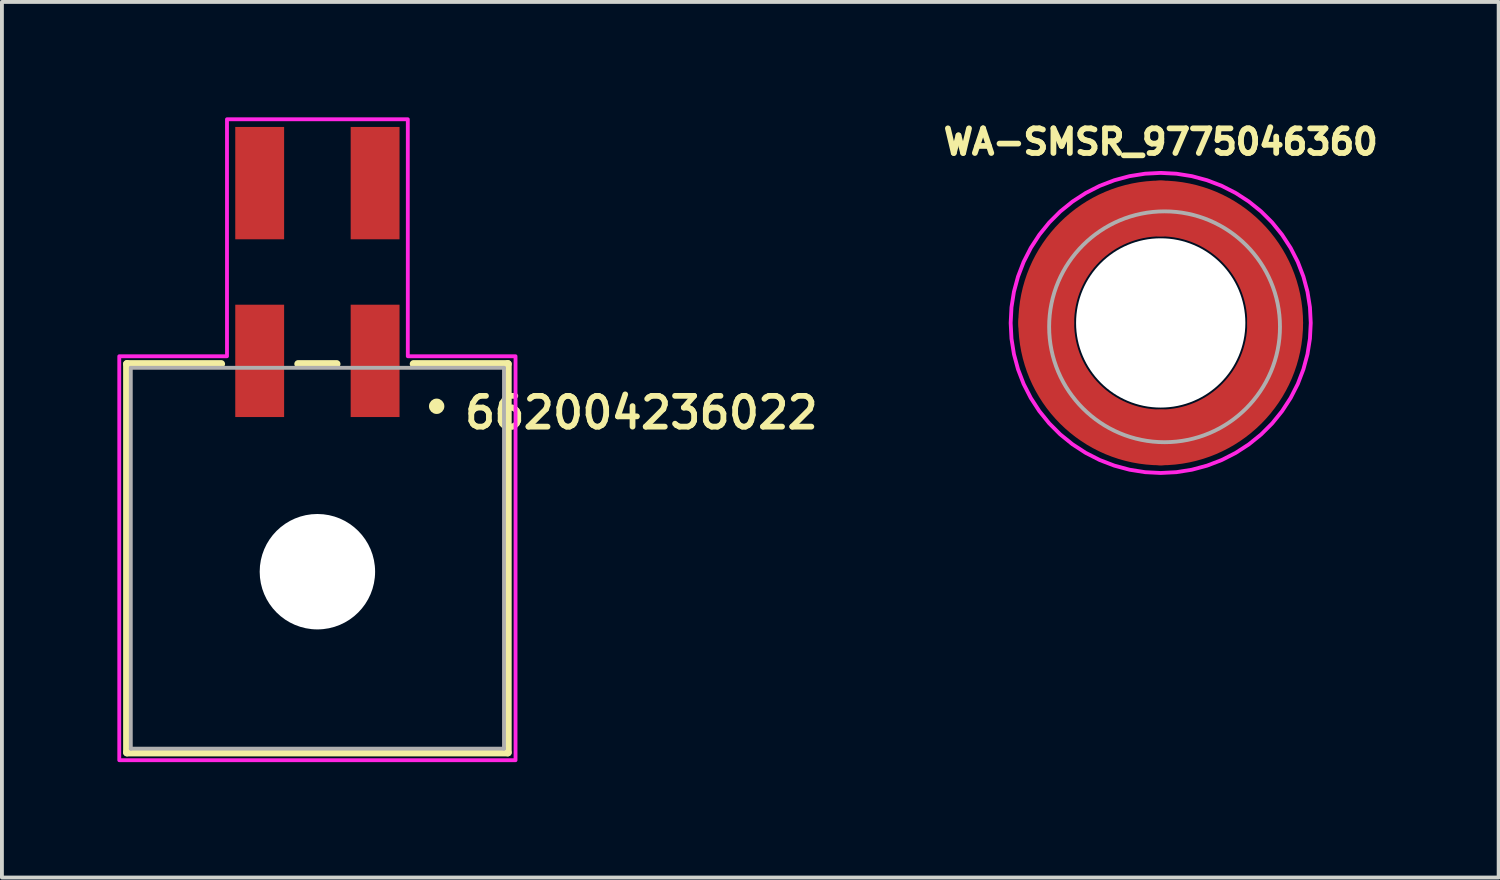
<source format=kicad_pcb>
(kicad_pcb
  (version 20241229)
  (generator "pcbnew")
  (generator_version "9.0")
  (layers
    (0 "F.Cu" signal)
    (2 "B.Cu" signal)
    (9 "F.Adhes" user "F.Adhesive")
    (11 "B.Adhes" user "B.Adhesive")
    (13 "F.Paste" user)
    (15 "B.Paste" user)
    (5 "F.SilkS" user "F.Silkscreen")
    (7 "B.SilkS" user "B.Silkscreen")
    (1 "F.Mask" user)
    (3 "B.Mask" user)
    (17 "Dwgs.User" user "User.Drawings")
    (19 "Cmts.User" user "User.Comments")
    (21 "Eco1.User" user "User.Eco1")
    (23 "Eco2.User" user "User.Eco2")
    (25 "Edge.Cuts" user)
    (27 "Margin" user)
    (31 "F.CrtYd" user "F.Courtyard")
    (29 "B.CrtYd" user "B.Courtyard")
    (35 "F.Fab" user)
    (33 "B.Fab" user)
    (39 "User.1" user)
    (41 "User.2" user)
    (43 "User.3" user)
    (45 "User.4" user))
  (footprint "662004236022"
    (layer "F.Cu")
    (at 5.2 11.46)
    (property "Reference" "662004236022" (at 8.42 -3.783 0) (layer "F.SilkS") (effects (font (size 0.8 0.8) (thickness 0.15))))
    (attr smd)
    (fp_line (start -4.95 -5.05) (end -2.5 -5.05) (stroke (width 0.2) (type solid)) (layer "F.SilkS"))
    (fp_line (start -4.95 5.05) (end -4.95 -5.05) (stroke (width 0.2) (type solid)) (layer "F.SilkS"))
    (fp_line (start -0.5 -5.05) (end 0.5 -5.05) (stroke (width 0.2) (type solid)) (layer "F.SilkS"))
    (fp_line (start 4.95 -5.05) (end 2.5 -5.05) (stroke (width 0.2) (type solid)) (layer "F.SilkS"))
    (fp_line (start 4.95 -5.05) (end 4.95 5.05) (stroke (width 0.2) (type solid)) (layer "F.SilkS"))
    (fp_line (start 4.95 5.05) (end -4.95 5.05) (stroke (width 0.2) (type solid)) (layer "F.SilkS"))
    (fp_circle (center 3.1 -3.95) (end 3.2 -3.95) (stroke (width 0.2) (type solid)) (fill no) (layer "F.SilkS"))
    (fp_poly (pts (xy 2.35 -11.41) (xy 2.35 -5.25) (xy 5.15 -5.25) (xy 5.15 5.25) (xy -5.15 5.25) (xy -5.15 -5.25) (xy -2.35 -5.25) (xy -2.35 -11.41)) (stroke (width 0.1) (type solid)) (fill no) (layer "F.CrtYd"))
    (fp_line (start -4.85 -4.95) (end 4.85 -4.95) (stroke (width 0.1) (type solid)) (layer "F.Fab"))
    (fp_line (start -4.85 4.95) (end -4.85 -4.95) (stroke (width 0.1) (type solid)) (layer "F.Fab"))
    (fp_line (start 4.85 -4.95) (end 4.85 4.95) (stroke (width 0.1) (type solid)) (layer "F.Fab"))
    (fp_line (start 4.85 4.95) (end -4.85 4.95) (stroke (width 0.1) (type solid)) (layer "F.Fab"))
    (pad "" np_thru_hole circle (at 0 0.35) (size 3 3) (drill 3) (layers "*.Cu" "*.Mask"))
    (pad "1" smd rect (at 1.5 -5.13) (size 1.27 2.92) (layers "F.Cu" "F.Mask" "F.Paste"))
    (pad "2" smd rect (at -1.5 -5.13) (size 1.27 2.92) (layers "F.Cu" "F.Mask" "F.Paste"))
    (pad "3" smd rect (at 1.5 -9.75) (size 1.27 2.92) (layers "F.Cu" "F.Mask" "F.Paste"))
    (pad "4" smd rect (at -1.5 -9.75) (size 1.27 2.92) (layers "F.Cu" "F.Mask" "F.Paste")))
  (footprint "WA-SMSR_9775046360"
    (layer "F.Cu")
    (at 27.12 5.344)
    (property "Reference" "WA-SMSR_9775046360" (at 0 -4.706 0) (layer "F.SilkS") (effects (font (size 0.64 0.64) (thickness 0.15))))
    (attr smd)
    (fp_arc (start -2.975 0) (mid -2.103643 -2.103643) (end 0 -2.975) (stroke (width 1.45) (type solid)) (layer "F.Cu"))
    (fp_arc (start 0 -2.975) (mid 2.103643 -2.103643) (end 2.975 0) (stroke (width 1.45) (type solid)) (layer "F.Cu"))
    (fp_arc (start 0 2.975) (mid -2.103643 2.103643) (end -2.975 0) (stroke (width 1.45) (type solid)) (layer "F.Cu"))
    (fp_arc (start 2.975 0) (mid 2.103643 2.103643) (end 0 2.975) (stroke (width 1.45) (type solid)) (layer "F.Cu"))
    (fp_circle (center 0 0) (end 3.025 0) (stroke (width 1.55) (type solid)) (fill no) (layer "F.Mask"))
    (fp_poly (pts (xy -3.615 -0.4) (xy -2.205 -0.4) (xy -2.189 -0.479) (xy -2.168 -0.567) (xy -2.143 -0.655) (xy -2.115 -0.742) (xy -2.083 -0.827) (xy -2.047 -0.911) (xy -2.008 -0.994) (xy -1.966 -1.075) (xy -1.921 -1.154) (xy -1.872 -1.231) (xy -1.821 -1.307) (xy -1.766 -1.38) (xy -1.708 -1.45) (xy -1.648 -1.519) (xy -1.585 -1.585) (xy -1.519 -1.648) (xy -1.45 -1.708) (xy -1.38 -1.766) (xy -1.307 -1.821) (xy -1.231 -1.872) (xy -1.154 -1.921) (xy -1.075 -1.966) (xy -0.994 -2.008) (xy -0.911 -2.047) (xy -0.827 -2.083) (xy -0.742 -2.115) (xy -0.655 -2.143) (xy -0.567 -2.168) (xy -0.479 -2.189) (xy -0.4 -2.205) (xy -0.4 -3.615) (xy -0.544 -3.596) (xy -0.707 -3.568) (xy -0.868 -3.532) (xy -1.027 -3.489) (xy -1.184 -3.439) (xy -1.339 -3.382) (xy -1.491 -3.317) (xy -1.64 -3.246) (xy -1.786 -3.169) (xy -1.927 -3.084) (xy -2.065 -2.994) (xy -2.199 -2.897) (xy -2.328 -2.794) (xy -2.453 -2.686) (xy -2.572 -2.572) (xy -2.686 -2.453) (xy -2.794 -2.328) (xy -2.897 -2.199) (xy -2.994 -2.065) (xy -3.084 -1.927) (xy -3.169 -1.786) (xy -3.246 -1.64) (xy -3.317 -1.491) (xy -3.382 -1.339) (xy -3.439 -1.184) (xy -3.489 -1.027) (xy -3.532 -0.868) (xy -3.568 -0.707) (xy -3.596 -0.544) (xy -3.615 -0.4)) (stroke (width 0.01) (type solid)) (fill yes) (layer "F.Paste"))
    (fp_poly (pts (xy -0.4 3.615) (xy -0.4 2.205) (xy -0.479 2.189) (xy -0.567 2.168) (xy -0.655 2.143) (xy -0.742 2.115) (xy -0.827 2.083) (xy -0.911 2.047) (xy -0.994 2.008) (xy -1.075 1.966) (xy -1.154 1.921) (xy -1.231 1.872) (xy -1.307 1.821) (xy -1.38 1.766) (xy -1.45 1.708) (xy -1.519 1.648) (xy -1.585 1.585) (xy -1.648 1.519) (xy -1.708 1.45) (xy -1.766 1.38) (xy -1.821 1.307) (xy -1.872 1.231) (xy -1.921 1.154) (xy -1.966 1.075) (xy -2.008 0.994) (xy -2.047 0.911) (xy -2.083 0.827) (xy -2.115 0.742) (xy -2.143 0.655) (xy -2.168 0.567) (xy -2.189 0.479) (xy -2.205 0.4) (xy -3.615 0.4) (xy -3.596 0.544) (xy -3.568 0.707) (xy -3.532 0.868) (xy -3.489 1.027) (xy -3.439 1.184) (xy -3.382 1.339) (xy -3.317 1.491) (xy -3.246 1.64) (xy -3.169 1.786) (xy -3.084 1.927) (xy -2.994 2.065) (xy -2.897 2.199) (xy -2.794 2.328) (xy -2.686 2.453) (xy -2.572 2.572) (xy -2.453 2.686) (xy -2.328 2.794) (xy -2.199 2.897) (xy -2.065 2.994) (xy -1.927 3.084) (xy -1.786 3.169) (xy -1.64 3.246) (xy -1.491 3.317) (xy -1.339 3.382) (xy -1.184 3.439) (xy -1.027 3.489) (xy -0.868 3.532) (xy -0.707 3.568) (xy -0.544 3.596) (xy -0.4 3.615)) (stroke (width 0.01) (type solid)) (fill yes) (layer "F.Paste"))
    (fp_poly (pts (xy 0.4 -3.615) (xy 0.4 -2.205) (xy 0.479 -2.189) (xy 0.567 -2.168) (xy 0.655 -2.143) (xy 0.742 -2.115) (xy 0.827 -2.083) (xy 0.911 -2.047) (xy 0.994 -2.008) (xy 1.075 -1.966) (xy 1.154 -1.921) (xy 1.231 -1.872) (xy 1.307 -1.821) (xy 1.38 -1.766) (xy 1.45 -1.708) (xy 1.519 -1.648) (xy 1.585 -1.585) (xy 1.648 -1.519) (xy 1.708 -1.45) (xy 1.766 -1.38) (xy 1.821 -1.307) (xy 1.872 -1.231) (xy 1.921 -1.154) (xy 1.966 -1.075) (xy 2.008 -0.994) (xy 2.047 -0.911) (xy 2.083 -0.827) (xy 2.115 -0.742) (xy 2.143 -0.655) (xy 2.168 -0.567) (xy 2.189 -0.479) (xy 2.205 -0.4) (xy 3.615 -0.4) (xy 3.596 -0.544) (xy 3.568 -0.707) (xy 3.532 -0.868) (xy 3.489 -1.027) (xy 3.439 -1.184) (xy 3.382 -1.339) (xy 3.317 -1.491) (xy 3.246 -1.64) (xy 3.169 -1.786) (xy 3.084 -1.927) (xy 2.994 -2.065) (xy 2.897 -2.199) (xy 2.794 -2.328) (xy 2.686 -2.453) (xy 2.572 -2.572) (xy 2.453 -2.686) (xy 2.328 -2.794) (xy 2.199 -2.897) (xy 2.065 -2.994) (xy 1.927 -3.084) (xy 1.786 -3.169) (xy 1.64 -3.246) (xy 1.491 -3.317) (xy 1.339 -3.382) (xy 1.184 -3.439) (xy 1.027 -3.489) (xy 0.868 -3.532) (xy 0.707 -3.568) (xy 0.544 -3.596) (xy 0.4 -3.615)) (stroke (width 0.01) (type solid)) (fill yes) (layer "F.Paste"))
    (fp_poly (pts (xy 3.615 0.4) (xy 2.205 0.4) (xy 2.189 0.479) (xy 2.168 0.567) (xy 2.143 0.655) (xy 2.115 0.742) (xy 2.083 0.827) (xy 2.047 0.911) (xy 2.008 0.994) (xy 1.966 1.075) (xy 1.921 1.154) (xy 1.872 1.231) (xy 1.821 1.307) (xy 1.766 1.38) (xy 1.708 1.45) (xy 1.648 1.519) (xy 1.585 1.585) (xy 1.519 1.648) (xy 1.45 1.708) (xy 1.38 1.766) (xy 1.307 1.821) (xy 1.231 1.872) (xy 1.154 1.921) (xy 1.075 1.966) (xy 0.994 2.008) (xy 0.911 2.047) (xy 0.827 2.083) (xy 0.742 2.115) (xy 0.655 2.143) (xy 0.567 2.168) (xy 0.479 2.189) (xy 0.4 2.205) (xy 0.4 3.615) (xy 0.544 3.596) (xy 0.707 3.568) (xy 0.868 3.532) (xy 1.027 3.489) (xy 1.184 3.439) (xy 1.339 3.382) (xy 1.491 3.317) (xy 1.64 3.246) (xy 1.786 3.169) (xy 1.927 3.084) (xy 2.065 2.994) (xy 2.199 2.897) (xy 2.328 2.794) (xy 2.453 2.686) (xy 2.572 2.572) (xy 2.686 2.453) (xy 2.794 2.328) (xy 2.897 2.199) (xy 2.994 2.065) (xy 3.084 1.927) (xy 3.169 1.786) (xy 3.246 1.64) (xy 3.317 1.491) (xy 3.382 1.339) (xy 3.439 1.184) (xy 3.489 1.027) (xy 3.532 0.868) (xy 3.568 0.707) (xy 3.596 0.544) (xy 3.615 0.4)) (stroke (width 0.01) (type solid)) (fill yes) (layer "F.Paste"))
    (fp_poly (pts (xy 0 -3.9) (xy -0.408 -3.879) (xy -0.811 -3.815) (xy -1.205 -3.709) (xy -1.586 -3.563) (xy -1.95 -3.377) (xy -2.292 -3.155) (xy -2.61 -2.898) (xy -2.898 -2.61) (xy -3.155 -2.292) (xy -3.377 -1.95) (xy -3.563 -1.586) (xy -3.709 -1.205) (xy -3.815 -0.811) (xy -3.879 -0.408) (xy -3.9 0) (xy -3.879 0.408) (xy -3.815 0.811) (xy -3.709 1.205) (xy -3.563 1.586) (xy -3.377 1.95) (xy -3.155 2.292) (xy -2.898 2.61) (xy -2.61 2.898) (xy -2.292 3.155) (xy -1.95 3.377) (xy -1.586 3.563) (xy -1.205 3.709) (xy -0.811 3.815) (xy -0.408 3.879) (xy 0 3.9) (xy 0.408 3.879) (xy 0.811 3.815) (xy 1.205 3.709) (xy 1.586 3.563) (xy 1.95 3.377) (xy 2.292 3.155) (xy 2.61 2.898) (xy 2.898 2.61) (xy 3.155 2.292) (xy 3.377 1.95) (xy 3.563 1.586) (xy 3.709 1.205) (xy 3.815 0.811) (xy 3.879 0.408) (xy 3.9 0) (xy 3.879 -0.408) (xy 3.815 -0.811) (xy 3.709 -1.205) (xy 3.563 -1.586) (xy 3.377 -1.95) (xy 3.155 -2.292) (xy 2.898 -2.61) (xy 2.61 -2.898) (xy 2.292 -3.155) (xy 1.95 -3.377) (xy 1.586 -3.563) (xy 1.205 -3.709) (xy 0.811 -3.815) (xy 0.408 -3.879) (xy 0 -3.9)) (stroke (width 0.1) (type solid)) (fill no) (layer "F.CrtYd"))
    (fp_circle (center 0.1 0.1) (end 3.1 0.1) (stroke (width 0.1) (type solid)) (fill no) (layer "F.Fab"))
    (pad "" np_thru_hole circle (at 0 0) (size 4.4 4.4) (drill 4.4) (layers "*.Cu" "*.Mask"))
    (pad "1" smd rect (at 0 -2.975) (size 1 1) (layers "F.Cu"))
    (pad "2" smd rect (at 2.975 0) (size 1 1) (layers "F.Cu"))
    (pad "3" smd rect (at 0 2.975) (size 1 1) (layers "F.Cu"))
    (pad "4" smd rect (at -2.975 0) (size 1 1) (layers "F.Cu")))
  (gr_rect
    (start -3 -3)
    (end 35.904 19.76)
    (stroke (width 0.1) (type default))
    (fill no)
    (layer "Edge.Cuts")))
</source>
